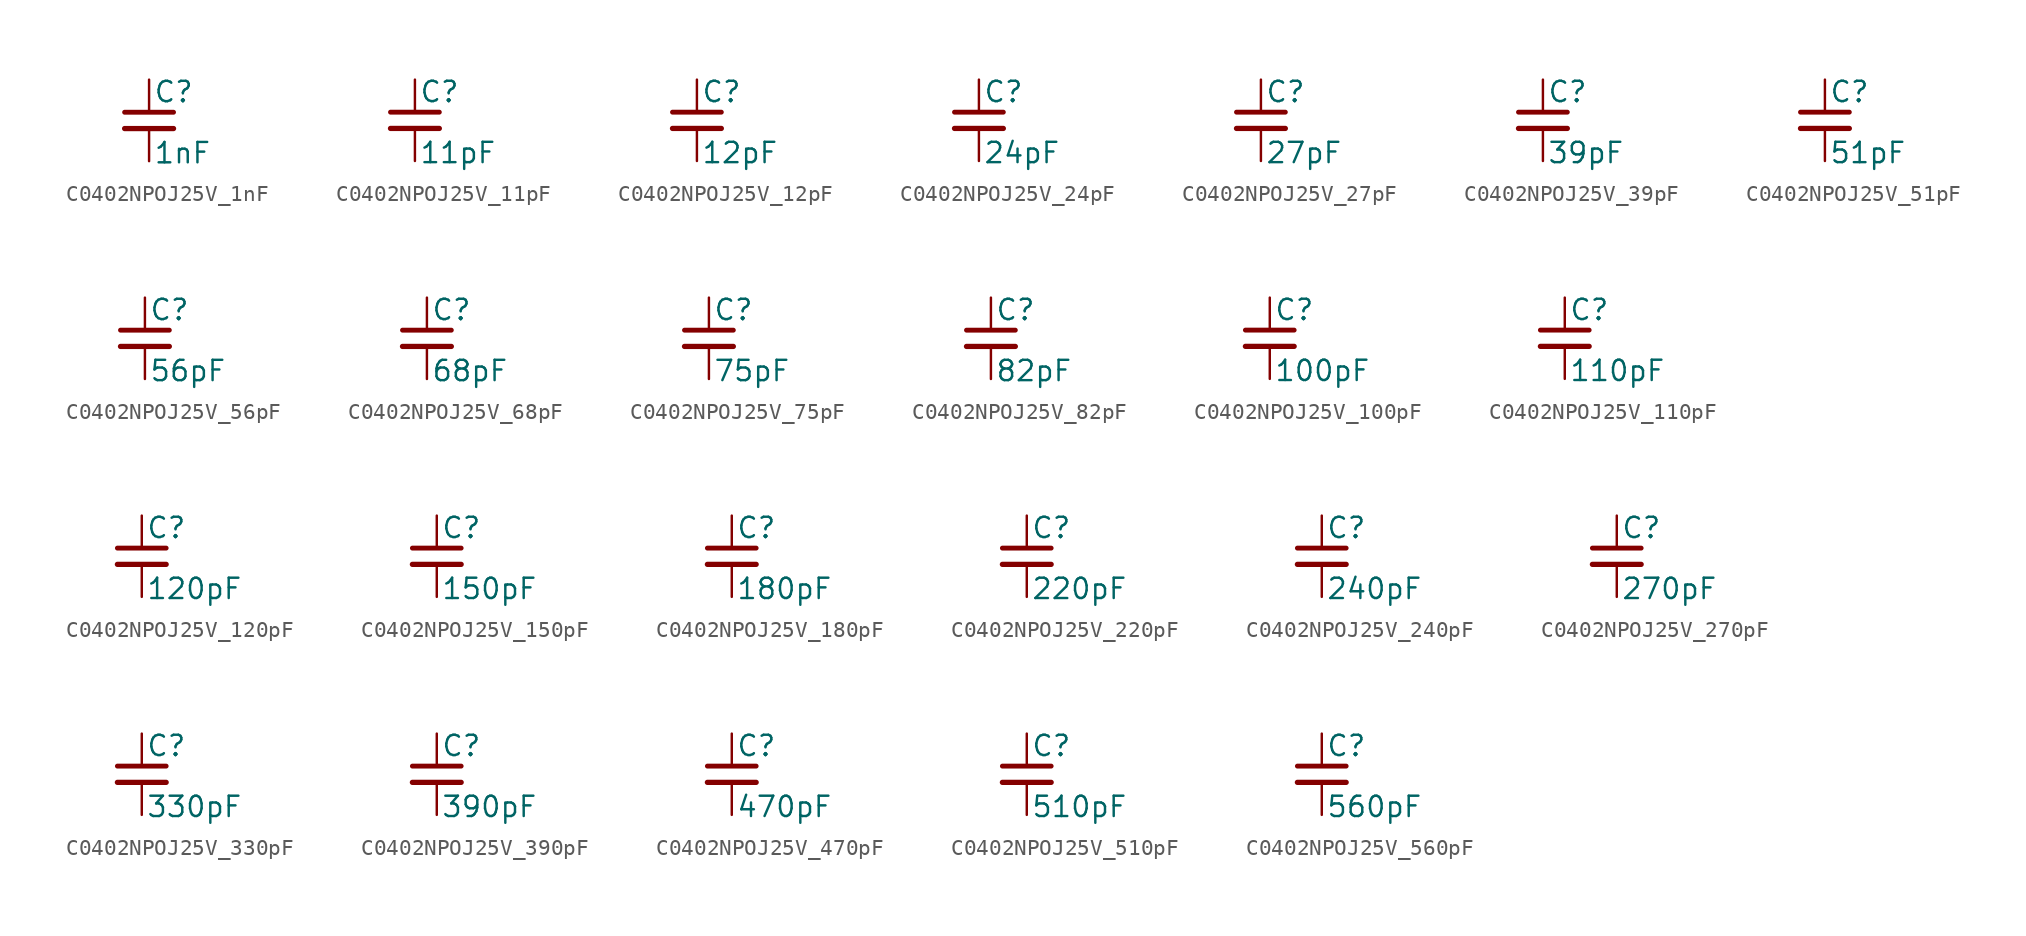
<source format=kicad_sym>
(kicad_symbol_lib
  (version 20220914)
  (generator kicad_symbol_editor)
  (symbol "C0402NPOJ25V_1nF"
    (pin_numbers hide)
    (pin_names
      (offset 0.254) hide)
    (property "Reference" "C"
      (at 0.254 1.778 0)
      (effects (font (size 1.27 1.27)) (justify left)))
    (property "Value" "1nF"
      (at 0.254 -2.032 0)
      (effects (font (size 1.27 1.27)) (justify left)))
    (symbol "C0402NPOJ25V_1nF_0_1"
      (polyline (pts (xy -1.524 -0.508) (xy 1.524 -0.508)) (stroke (width 0.33) (type default)) (fill (type none)))
      (polyline (pts (xy -1.524 0.508) (xy 1.524 0.508)) (stroke (width 0.305) (type default)) (fill (type none))))
    (symbol "C0402NPOJ25V_1nF_1_1"
      (pin passive line (at 0 2.54 270) (length 2.032) (name "~" (effects (font (size 1.27 1.27)))) (number "1" (effects (font (size 1.27 1.27)))))
      (pin passive line (at 0 -2.54 90) (length 2.032) (name "~" (effects (font (size 1.27 1.27)))) (number "2" (effects (font (size 1.27 1.27)))))))
  (symbol "C0402NPOJ25V_11pF"
    (pin_numbers hide)
    (pin_names
      (offset 0.254) hide)
    (property "Reference" "C"
      (at 0.254 1.778 0)
      (effects (font (size 1.27 1.27)) (justify left)))
    (property "Value" "11pF"
      (at 0.254 -2.032 0)
      (effects (font (size 1.27 1.27)) (justify left)))
    (symbol "C0402NPOJ25V_11pF_0_1"
      (polyline (pts (xy -1.524 -0.508) (xy 1.524 -0.508)) (stroke (width 0.33) (type default)) (fill (type none)))
      (polyline (pts (xy -1.524 0.508) (xy 1.524 0.508)) (stroke (width 0.305) (type default)) (fill (type none))))
    (symbol "C0402NPOJ25V_11pF_1_1"
      (pin passive line (at 0 2.54 270) (length 2.032) (name "~" (effects (font (size 1.27 1.27)))) (number "1" (effects (font (size 1.27 1.27)))))
      (pin passive line (at 0 -2.54 90) (length 2.032) (name "~" (effects (font (size 1.27 1.27)))) (number "2" (effects (font (size 1.27 1.27)))))))
  (symbol "C0402NPOJ25V_12pF"
    (pin_numbers hide)
    (pin_names
      (offset 0.254) hide)
    (property "Reference" "C"
      (at 0.254 1.778 0)
      (effects (font (size 1.27 1.27)) (justify left)))
    (property "Value" "12pF"
      (at 0.254 -2.032 0)
      (effects (font (size 1.27 1.27)) (justify left)))
    (symbol "C0402NPOJ25V_12pF_0_1"
      (polyline (pts (xy -1.524 -0.508) (xy 1.524 -0.508)) (stroke (width 0.33) (type default)) (fill (type none)))
      (polyline (pts (xy -1.524 0.508) (xy 1.524 0.508)) (stroke (width 0.305) (type default)) (fill (type none))))
    (symbol "C0402NPOJ25V_12pF_1_1"
      (pin passive line (at 0 2.54 270) (length 2.032) (name "~" (effects (font (size 1.27 1.27)))) (number "1" (effects (font (size 1.27 1.27)))))
      (pin passive line (at 0 -2.54 90) (length 2.032) (name "~" (effects (font (size 1.27 1.27)))) (number "2" (effects (font (size 1.27 1.27)))))))
  (symbol "C0402NPOJ25V_24pF"
    (pin_numbers hide)
    (pin_names
      (offset 0.254) hide)
    (property "Reference" "C"
      (at 0.254 1.778 0)
      (effects (font (size 1.27 1.27)) (justify left)))
    (property "Value" "24pF"
      (at 0.254 -2.032 0)
      (effects (font (size 1.27 1.27)) (justify left)))
    (symbol "C0402NPOJ25V_24pF_0_1"
      (polyline (pts (xy -1.524 -0.508) (xy 1.524 -0.508)) (stroke (width 0.33) (type default)) (fill (type none)))
      (polyline (pts (xy -1.524 0.508) (xy 1.524 0.508)) (stroke (width 0.305) (type default)) (fill (type none))))
    (symbol "C0402NPOJ25V_24pF_1_1"
      (pin passive line (at 0 2.54 270) (length 2.032) (name "~" (effects (font (size 1.27 1.27)))) (number "1" (effects (font (size 1.27 1.27)))))
      (pin passive line (at 0 -2.54 90) (length 2.032) (name "~" (effects (font (size 1.27 1.27)))) (number "2" (effects (font (size 1.27 1.27)))))))
  (symbol "C0402NPOJ25V_27pF"
    (pin_numbers hide)
    (pin_names
      (offset 0.254) hide)
    (property "Reference" "C"
      (at 0.254 1.778 0)
      (effects (font (size 1.27 1.27)) (justify left)))
    (property "Value" "27pF"
      (at 0.254 -2.032 0)
      (effects (font (size 1.27 1.27)) (justify left)))
    (symbol "C0402NPOJ25V_27pF_0_1"
      (polyline (pts (xy -1.524 -0.508) (xy 1.524 -0.508)) (stroke (width 0.33) (type default)) (fill (type none)))
      (polyline (pts (xy -1.524 0.508) (xy 1.524 0.508)) (stroke (width 0.305) (type default)) (fill (type none))))
    (symbol "C0402NPOJ25V_27pF_1_1"
      (pin passive line (at 0 2.54 270) (length 2.032) (name "~" (effects (font (size 1.27 1.27)))) (number "1" (effects (font (size 1.27 1.27)))))
      (pin passive line (at 0 -2.54 90) (length 2.032) (name "~" (effects (font (size 1.27 1.27)))) (number "2" (effects (font (size 1.27 1.27)))))))
  (symbol "C0402NPOJ25V_39pF"
    (pin_numbers hide)
    (pin_names
      (offset 0.254) hide)
    (property "Reference" "C"
      (at 0.254 1.778 0)
      (effects (font (size 1.27 1.27)) (justify left)))
    (property "Value" "39pF"
      (at 0.254 -2.032 0)
      (effects (font (size 1.27 1.27)) (justify left)))
    (symbol "C0402NPOJ25V_39pF_0_1"
      (polyline (pts (xy -1.524 -0.508) (xy 1.524 -0.508)) (stroke (width 0.33) (type default)) (fill (type none)))
      (polyline (pts (xy -1.524 0.508) (xy 1.524 0.508)) (stroke (width 0.305) (type default)) (fill (type none))))
    (symbol "C0402NPOJ25V_39pF_1_1"
      (pin passive line (at 0 2.54 270) (length 2.032) (name "~" (effects (font (size 1.27 1.27)))) (number "1" (effects (font (size 1.27 1.27)))))
      (pin passive line (at 0 -2.54 90) (length 2.032) (name "~" (effects (font (size 1.27 1.27)))) (number "2" (effects (font (size 1.27 1.27)))))))
  (symbol "C0402NPOJ25V_51pF"
    (pin_numbers hide)
    (pin_names
      (offset 0.254) hide)
    (property "Reference" "C"
      (at 0.254 1.778 0)
      (effects (font (size 1.27 1.27)) (justify left)))
    (property "Value" "51pF"
      (at 0.254 -2.032 0)
      (effects (font (size 1.27 1.27)) (justify left)))
    (symbol "C0402NPOJ25V_51pF_0_1"
      (polyline (pts (xy -1.524 -0.508) (xy 1.524 -0.508)) (stroke (width 0.33) (type default)) (fill (type none)))
      (polyline (pts (xy -1.524 0.508) (xy 1.524 0.508)) (stroke (width 0.305) (type default)) (fill (type none))))
    (symbol "C0402NPOJ25V_51pF_1_1"
      (pin passive line (at 0 2.54 270) (length 2.032) (name "~" (effects (font (size 1.27 1.27)))) (number "1" (effects (font (size 1.27 1.27)))))
      (pin passive line (at 0 -2.54 90) (length 2.032) (name "~" (effects (font (size 1.27 1.27)))) (number "2" (effects (font (size 1.27 1.27)))))))
  (symbol "C0402NPOJ25V_56pF"
    (pin_numbers hide)
    (pin_names
      (offset 0.254) hide)
    (property "Reference" "C"
      (at 0.254 1.778 0)
      (effects (font (size 1.27 1.27)) (justify left)))
    (property "Value" "56pF"
      (at 0.254 -2.032 0)
      (effects (font (size 1.27 1.27)) (justify left)))
    (symbol "C0402NPOJ25V_56pF_0_1"
      (polyline (pts (xy -1.524 -0.508) (xy 1.524 -0.508)) (stroke (width 0.33) (type default)) (fill (type none)))
      (polyline (pts (xy -1.524 0.508) (xy 1.524 0.508)) (stroke (width 0.305) (type default)) (fill (type none))))
    (symbol "C0402NPOJ25V_56pF_1_1"
      (pin passive line (at 0 2.54 270) (length 2.032) (name "~" (effects (font (size 1.27 1.27)))) (number "1" (effects (font (size 1.27 1.27)))))
      (pin passive line (at 0 -2.54 90) (length 2.032) (name "~" (effects (font (size 1.27 1.27)))) (number "2" (effects (font (size 1.27 1.27)))))))
  (symbol "C0402NPOJ25V_68pF"
    (pin_numbers hide)
    (pin_names
      (offset 0.254) hide)
    (property "Reference" "C"
      (at 0.254 1.778 0)
      (effects (font (size 1.27 1.27)) (justify left)))
    (property "Value" "68pF"
      (at 0.254 -2.032 0)
      (effects (font (size 1.27 1.27)) (justify left)))
    (symbol "C0402NPOJ25V_68pF_0_1"
      (polyline (pts (xy -1.524 -0.508) (xy 1.524 -0.508)) (stroke (width 0.33) (type default)) (fill (type none)))
      (polyline (pts (xy -1.524 0.508) (xy 1.524 0.508)) (stroke (width 0.305) (type default)) (fill (type none))))
    (symbol "C0402NPOJ25V_68pF_1_1"
      (pin passive line (at 0 2.54 270) (length 2.032) (name "~" (effects (font (size 1.27 1.27)))) (number "1" (effects (font (size 1.27 1.27)))))
      (pin passive line (at 0 -2.54 90) (length 2.032) (name "~" (effects (font (size 1.27 1.27)))) (number "2" (effects (font (size 1.27 1.27)))))))
  (symbol "C0402NPOJ25V_75pF"
    (pin_numbers hide)
    (pin_names
      (offset 0.254) hide)
    (property "Reference" "C"
      (at 0.254 1.778 0)
      (effects (font (size 1.27 1.27)) (justify left)))
    (property "Value" "75pF"
      (at 0.254 -2.032 0)
      (effects (font (size 1.27 1.27)) (justify left)))
    (symbol "C0402NPOJ25V_75pF_0_1"
      (polyline (pts (xy -1.524 -0.508) (xy 1.524 -0.508)) (stroke (width 0.33) (type default)) (fill (type none)))
      (polyline (pts (xy -1.524 0.508) (xy 1.524 0.508)) (stroke (width 0.305) (type default)) (fill (type none))))
    (symbol "C0402NPOJ25V_75pF_1_1"
      (pin passive line (at 0 2.54 270) (length 2.032) (name "~" (effects (font (size 1.27 1.27)))) (number "1" (effects (font (size 1.27 1.27)))))
      (pin passive line (at 0 -2.54 90) (length 2.032) (name "~" (effects (font (size 1.27 1.27)))) (number "2" (effects (font (size 1.27 1.27)))))))
  (symbol "C0402NPOJ25V_82pF"
    (pin_numbers hide)
    (pin_names
      (offset 0.254) hide)
    (property "Reference" "C"
      (at 0.254 1.778 0)
      (effects (font (size 1.27 1.27)) (justify left)))
    (property "Value" "82pF"
      (at 0.254 -2.032 0)
      (effects (font (size 1.27 1.27)) (justify left)))
    (symbol "C0402NPOJ25V_82pF_0_1"
      (polyline (pts (xy -1.524 -0.508) (xy 1.524 -0.508)) (stroke (width 0.33) (type default)) (fill (type none)))
      (polyline (pts (xy -1.524 0.508) (xy 1.524 0.508)) (stroke (width 0.305) (type default)) (fill (type none))))
    (symbol "C0402NPOJ25V_82pF_1_1"
      (pin passive line (at 0 2.54 270) (length 2.032) (name "~" (effects (font (size 1.27 1.27)))) (number "1" (effects (font (size 1.27 1.27)))))
      (pin passive line (at 0 -2.54 90) (length 2.032) (name "~" (effects (font (size 1.27 1.27)))) (number "2" (effects (font (size 1.27 1.27)))))))
  (symbol "C0402NPOJ25V_100pF"
    (pin_numbers hide)
    (pin_names
      (offset 0.254) hide)
    (property "Reference" "C"
      (at 0.254 1.778 0)
      (effects (font (size 1.27 1.27)) (justify left)))
    (property "Value" "100pF"
      (at 0.254 -2.032 0)
      (effects (font (size 1.27 1.27)) (justify left)))
    (symbol "C0402NPOJ25V_100pF_0_1"
      (polyline (pts (xy -1.524 -0.508) (xy 1.524 -0.508)) (stroke (width 0.33) (type default)) (fill (type none)))
      (polyline (pts (xy -1.524 0.508) (xy 1.524 0.508)) (stroke (width 0.305) (type default)) (fill (type none))))
    (symbol "C0402NPOJ25V_100pF_1_1"
      (pin passive line (at 0 2.54 270) (length 2.032) (name "~" (effects (font (size 1.27 1.27)))) (number "1" (effects (font (size 1.27 1.27)))))
      (pin passive line (at 0 -2.54 90) (length 2.032) (name "~" (effects (font (size 1.27 1.27)))) (number "2" (effects (font (size 1.27 1.27)))))))
  (symbol "C0402NPOJ25V_110pF"
    (pin_numbers hide)
    (pin_names
      (offset 0.254) hide)
    (property "Reference" "C"
      (at 0.254 1.778 0)
      (effects (font (size 1.27 1.27)) (justify left)))
    (property "Value" "110pF"
      (at 0.254 -2.032 0)
      (effects (font (size 1.27 1.27)) (justify left)))
    (symbol "C0402NPOJ25V_110pF_0_1"
      (polyline (pts (xy -1.524 -0.508) (xy 1.524 -0.508)) (stroke (width 0.33) (type default)) (fill (type none)))
      (polyline (pts (xy -1.524 0.508) (xy 1.524 0.508)) (stroke (width 0.305) (type default)) (fill (type none))))
    (symbol "C0402NPOJ25V_110pF_1_1"
      (pin passive line (at 0 2.54 270) (length 2.032) (name "~" (effects (font (size 1.27 1.27)))) (number "1" (effects (font (size 1.27 1.27)))))
      (pin passive line (at 0 -2.54 90) (length 2.032) (name "~" (effects (font (size 1.27 1.27)))) (number "2" (effects (font (size 1.27 1.27)))))))
  (symbol "C0402NPOJ25V_120pF"
    (pin_numbers hide)
    (pin_names
      (offset 0.254) hide)
    (property "Reference" "C"
      (at 0.254 1.778 0)
      (effects (font (size 1.27 1.27)) (justify left)))
    (property "Value" "120pF"
      (at 0.254 -2.032 0)
      (effects (font (size 1.27 1.27)) (justify left)))
    (symbol "C0402NPOJ25V_120pF_0_1"
      (polyline (pts (xy -1.524 -0.508) (xy 1.524 -0.508)) (stroke (width 0.33) (type default)) (fill (type none)))
      (polyline (pts (xy -1.524 0.508) (xy 1.524 0.508)) (stroke (width 0.305) (type default)) (fill (type none))))
    (symbol "C0402NPOJ25V_120pF_1_1"
      (pin passive line (at 0 2.54 270) (length 2.032) (name "~" (effects (font (size 1.27 1.27)))) (number "1" (effects (font (size 1.27 1.27)))))
      (pin passive line (at 0 -2.54 90) (length 2.032) (name "~" (effects (font (size 1.27 1.27)))) (number "2" (effects (font (size 1.27 1.27)))))))
  (symbol "C0402NPOJ25V_150pF"
    (pin_numbers hide)
    (pin_names
      (offset 0.254) hide)
    (property "Reference" "C"
      (at 0.254 1.778 0)
      (effects (font (size 1.27 1.27)) (justify left)))
    (property "Value" "150pF"
      (at 0.254 -2.032 0)
      (effects (font (size 1.27 1.27)) (justify left)))
    (symbol "C0402NPOJ25V_150pF_0_1"
      (polyline (pts (xy -1.524 -0.508) (xy 1.524 -0.508)) (stroke (width 0.33) (type default)) (fill (type none)))
      (polyline (pts (xy -1.524 0.508) (xy 1.524 0.508)) (stroke (width 0.305) (type default)) (fill (type none))))
    (symbol "C0402NPOJ25V_150pF_1_1"
      (pin passive line (at 0 2.54 270) (length 2.032) (name "~" (effects (font (size 1.27 1.27)))) (number "1" (effects (font (size 1.27 1.27)))))
      (pin passive line (at 0 -2.54 90) (length 2.032) (name "~" (effects (font (size 1.27 1.27)))) (number "2" (effects (font (size 1.27 1.27)))))))
  (symbol "C0402NPOJ25V_180pF"
    (pin_numbers hide)
    (pin_names
      (offset 0.254) hide)
    (property "Reference" "C"
      (at 0.254 1.778 0)
      (effects (font (size 1.27 1.27)) (justify left)))
    (property "Value" "180pF"
      (at 0.254 -2.032 0)
      (effects (font (size 1.27 1.27)) (justify left)))
    (symbol "C0402NPOJ25V_180pF_0_1"
      (polyline (pts (xy -1.524 -0.508) (xy 1.524 -0.508)) (stroke (width 0.33) (type default)) (fill (type none)))
      (polyline (pts (xy -1.524 0.508) (xy 1.524 0.508)) (stroke (width 0.305) (type default)) (fill (type none))))
    (symbol "C0402NPOJ25V_180pF_1_1"
      (pin passive line (at 0 2.54 270) (length 2.032) (name "~" (effects (font (size 1.27 1.27)))) (number "1" (effects (font (size 1.27 1.27)))))
      (pin passive line (at 0 -2.54 90) (length 2.032) (name "~" (effects (font (size 1.27 1.27)))) (number "2" (effects (font (size 1.27 1.27)))))))
  (symbol "C0402NPOJ25V_220pF"
    (pin_numbers hide)
    (pin_names
      (offset 0.254) hide)
    (property "Reference" "C"
      (at 0.254 1.778 0)
      (effects (font (size 1.27 1.27)) (justify left)))
    (property "Value" "220pF"
      (at 0.254 -2.032 0)
      (effects (font (size 1.27 1.27)) (justify left)))
    (symbol "C0402NPOJ25V_220pF_0_1"
      (polyline (pts (xy -1.524 -0.508) (xy 1.524 -0.508)) (stroke (width 0.33) (type default)) (fill (type none)))
      (polyline (pts (xy -1.524 0.508) (xy 1.524 0.508)) (stroke (width 0.305) (type default)) (fill (type none))))
    (symbol "C0402NPOJ25V_220pF_1_1"
      (pin passive line (at 0 2.54 270) (length 2.032) (name "~" (effects (font (size 1.27 1.27)))) (number "1" (effects (font (size 1.27 1.27)))))
      (pin passive line (at 0 -2.54 90) (length 2.032) (name "~" (effects (font (size 1.27 1.27)))) (number "2" (effects (font (size 1.27 1.27)))))))
  (symbol "C0402NPOJ25V_240pF"
    (pin_numbers hide)
    (pin_names
      (offset 0.254) hide)
    (property "Reference" "C"
      (at 0.254 1.778 0)
      (effects (font (size 1.27 1.27)) (justify left)))
    (property "Value" "240pF"
      (at 0.254 -2.032 0)
      (effects (font (size 1.27 1.27)) (justify left)))
    (symbol "C0402NPOJ25V_240pF_0_1"
      (polyline (pts (xy -1.524 -0.508) (xy 1.524 -0.508)) (stroke (width 0.33) (type default)) (fill (type none)))
      (polyline (pts (xy -1.524 0.508) (xy 1.524 0.508)) (stroke (width 0.305) (type default)) (fill (type none))))
    (symbol "C0402NPOJ25V_240pF_1_1"
      (pin passive line (at 0 2.54 270) (length 2.032) (name "~" (effects (font (size 1.27 1.27)))) (number "1" (effects (font (size 1.27 1.27)))))
      (pin passive line (at 0 -2.54 90) (length 2.032) (name "~" (effects (font (size 1.27 1.27)))) (number "2" (effects (font (size 1.27 1.27)))))))
  (symbol "C0402NPOJ25V_270pF"
    (pin_numbers hide)
    (pin_names
      (offset 0.254) hide)
    (property "Reference" "C"
      (at 0.254 1.778 0)
      (effects (font (size 1.27 1.27)) (justify left)))
    (property "Value" "270pF"
      (at 0.254 -2.032 0)
      (effects (font (size 1.27 1.27)) (justify left)))
    (symbol "C0402NPOJ25V_270pF_0_1"
      (polyline (pts (xy -1.524 -0.508) (xy 1.524 -0.508)) (stroke (width 0.33) (type default)) (fill (type none)))
      (polyline (pts (xy -1.524 0.508) (xy 1.524 0.508)) (stroke (width 0.305) (type default)) (fill (type none))))
    (symbol "C0402NPOJ25V_270pF_1_1"
      (pin passive line (at 0 2.54 270) (length 2.032) (name "~" (effects (font (size 1.27 1.27)))) (number "1" (effects (font (size 1.27 1.27)))))
      (pin passive line (at 0 -2.54 90) (length 2.032) (name "~" (effects (font (size 1.27 1.27)))) (number "2" (effects (font (size 1.27 1.27)))))))
  (symbol "C0402NPOJ25V_330pF"
    (pin_numbers hide)
    (pin_names
      (offset 0.254) hide)
    (property "Reference" "C"
      (at 0.254 1.778 0)
      (effects (font (size 1.27 1.27)) (justify left)))
    (property "Value" "330pF"
      (at 0.254 -2.032 0)
      (effects (font (size 1.27 1.27)) (justify left)))
    (symbol "C0402NPOJ25V_330pF_0_1"
      (polyline (pts (xy -1.524 -0.508) (xy 1.524 -0.508)) (stroke (width 0.33) (type default)) (fill (type none)))
      (polyline (pts (xy -1.524 0.508) (xy 1.524 0.508)) (stroke (width 0.305) (type default)) (fill (type none))))
    (symbol "C0402NPOJ25V_330pF_1_1"
      (pin passive line (at 0 2.54 270) (length 2.032) (name "~" (effects (font (size 1.27 1.27)))) (number "1" (effects (font (size 1.27 1.27)))))
      (pin passive line (at 0 -2.54 90) (length 2.032) (name "~" (effects (font (size 1.27 1.27)))) (number "2" (effects (font (size 1.27 1.27)))))))
  (symbol "C0402NPOJ25V_390pF"
    (pin_numbers hide)
    (pin_names
      (offset 0.254) hide)
    (property "Reference" "C"
      (at 0.254 1.778 0)
      (effects (font (size 1.27 1.27)) (justify left)))
    (property "Value" "390pF"
      (at 0.254 -2.032 0)
      (effects (font (size 1.27 1.27)) (justify left)))
    (symbol "C0402NPOJ25V_390pF_0_1"
      (polyline (pts (xy -1.524 -0.508) (xy 1.524 -0.508)) (stroke (width 0.33) (type default)) (fill (type none)))
      (polyline (pts (xy -1.524 0.508) (xy 1.524 0.508)) (stroke (width 0.305) (type default)) (fill (type none))))
    (symbol "C0402NPOJ25V_390pF_1_1"
      (pin passive line (at 0 2.54 270) (length 2.032) (name "~" (effects (font (size 1.27 1.27)))) (number "1" (effects (font (size 1.27 1.27)))))
      (pin passive line (at 0 -2.54 90) (length 2.032) (name "~" (effects (font (size 1.27 1.27)))) (number "2" (effects (font (size 1.27 1.27)))))))
  (symbol "C0402NPOJ25V_470pF"
    (pin_numbers hide)
    (pin_names
      (offset 0.254) hide)
    (property "Reference" "C"
      (at 0.254 1.778 0)
      (effects (font (size 1.27 1.27)) (justify left)))
    (property "Value" "470pF"
      (at 0.254 -2.032 0)
      (effects (font (size 1.27 1.27)) (justify left)))
    (symbol "C0402NPOJ25V_470pF_0_1"
      (polyline (pts (xy -1.524 -0.508) (xy 1.524 -0.508)) (stroke (width 0.33) (type default)) (fill (type none)))
      (polyline (pts (xy -1.524 0.508) (xy 1.524 0.508)) (stroke (width 0.305) (type default)) (fill (type none))))
    (symbol "C0402NPOJ25V_470pF_1_1"
      (pin passive line (at 0 2.54 270) (length 2.032) (name "~" (effects (font (size 1.27 1.27)))) (number "1" (effects (font (size 1.27 1.27)))))
      (pin passive line (at 0 -2.54 90) (length 2.032) (name "~" (effects (font (size 1.27 1.27)))) (number "2" (effects (font (size 1.27 1.27)))))))
  (symbol "C0402NPOJ25V_510pF"
    (pin_numbers hide)
    (pin_names
      (offset 0.254) hide)
    (property "Reference" "C"
      (at 0.254 1.778 0)
      (effects (font (size 1.27 1.27)) (justify left)))
    (property "Value" "510pF"
      (at 0.254 -2.032 0)
      (effects (font (size 1.27 1.27)) (justify left)))
    (symbol "C0402NPOJ25V_510pF_0_1"
      (polyline (pts (xy -1.524 -0.508) (xy 1.524 -0.508)) (stroke (width 0.33) (type default)) (fill (type none)))
      (polyline (pts (xy -1.524 0.508) (xy 1.524 0.508)) (stroke (width 0.305) (type default)) (fill (type none))))
    (symbol "C0402NPOJ25V_510pF_1_1"
      (pin passive line (at 0 2.54 270) (length 2.032) (name "~" (effects (font (size 1.27 1.27)))) (number "1" (effects (font (size 1.27 1.27)))))
      (pin passive line (at 0 -2.54 90) (length 2.032) (name "~" (effects (font (size 1.27 1.27)))) (number "2" (effects (font (size 1.27 1.27)))))))
  (symbol "C0402NPOJ25V_560pF"
    (pin_numbers hide)
    (pin_names
      (offset 0.254) hide)
    (property "Reference" "C"
      (at 0.254 1.778 0)
      (effects (font (size 1.27 1.27)) (justify left)))
    (property "Value" "560pF"
      (at 0.254 -2.032 0)
      (effects (font (size 1.27 1.27)) (justify left)))
    (symbol "C0402NPOJ25V_560pF_0_1"
      (polyline (pts (xy -1.524 -0.508) (xy 1.524 -0.508)) (stroke (width 0.33) (type default)) (fill (type none)))
      (polyline (pts (xy -1.524 0.508) (xy 1.524 0.508)) (stroke (width 0.305) (type default)) (fill (type none))))
    (symbol "C0402NPOJ25V_560pF_1_1"
      (pin passive line (at 0 2.54 270) (length 2.032) (name "~" (effects (font (size 1.27 1.27)))) (number "1" (effects (font (size 1.27 1.27)))))
      (pin passive line (at 0 -2.54 90) (length 2.032) (name "~" (effects (font (size 1.27 1.27)))) (number "2" (effects (font (size 1.27 1.27))))))))
</source>
